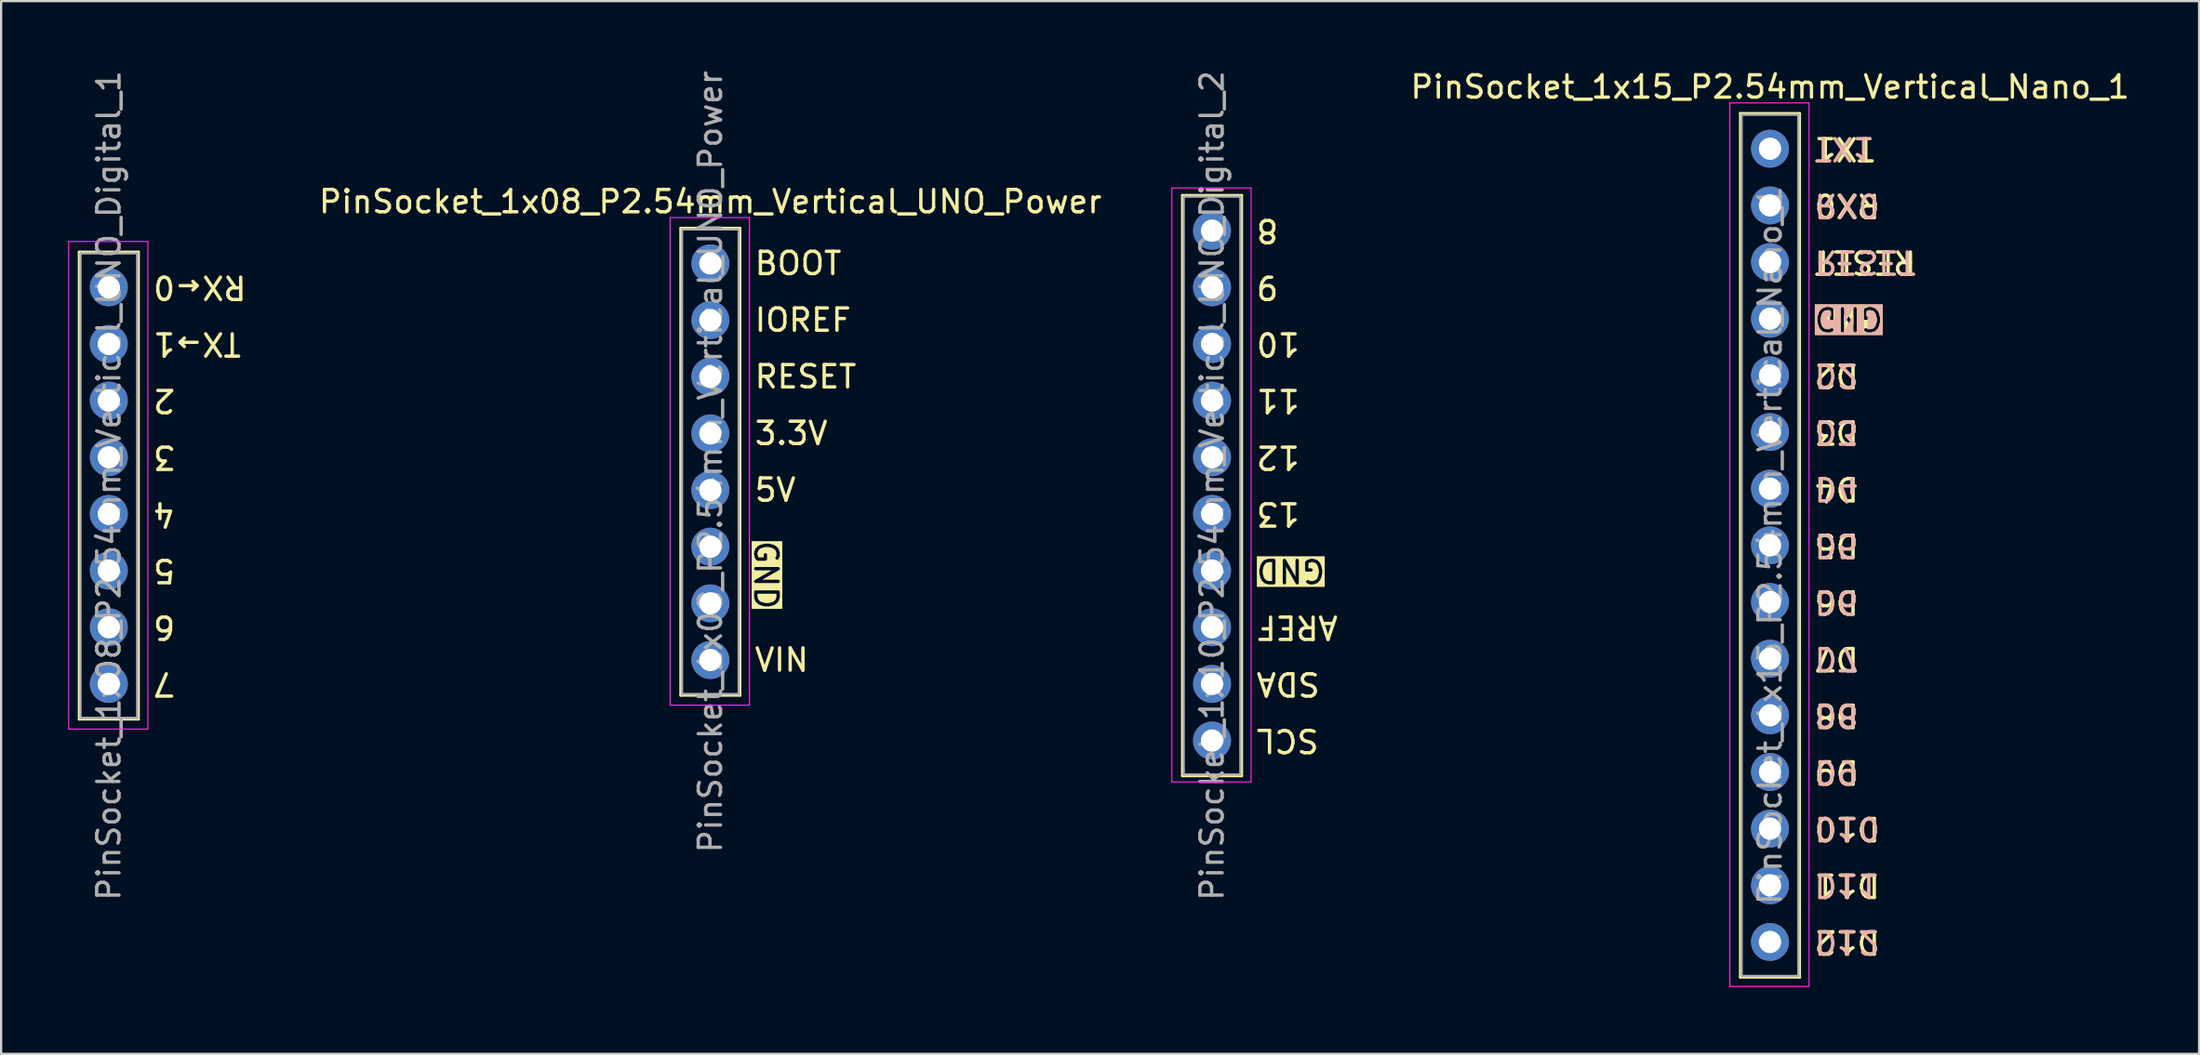
<source format=kicad_pcb>
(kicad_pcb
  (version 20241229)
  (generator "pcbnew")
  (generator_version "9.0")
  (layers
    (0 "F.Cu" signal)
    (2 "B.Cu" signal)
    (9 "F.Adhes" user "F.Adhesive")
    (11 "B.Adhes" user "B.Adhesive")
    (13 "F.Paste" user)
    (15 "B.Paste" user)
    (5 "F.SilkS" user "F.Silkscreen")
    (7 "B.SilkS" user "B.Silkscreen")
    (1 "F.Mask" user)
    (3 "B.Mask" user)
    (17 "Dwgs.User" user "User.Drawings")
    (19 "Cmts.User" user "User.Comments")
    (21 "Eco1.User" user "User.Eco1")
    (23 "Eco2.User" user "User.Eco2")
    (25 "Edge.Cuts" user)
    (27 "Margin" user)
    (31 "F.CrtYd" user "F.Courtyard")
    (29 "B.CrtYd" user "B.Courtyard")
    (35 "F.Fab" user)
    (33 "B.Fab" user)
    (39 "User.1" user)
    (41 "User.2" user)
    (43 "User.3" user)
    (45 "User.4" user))
  (footprint "PinSocket_1x10_P2.54mm_Vertical_UNO_Digital_2"
    (layer "F.Cu")
    (at 51.245 7.29)
    (property "Reference" "PinSocket_1x10_P2.54mm_Vertical_UNO_Digital_2" (at 0 11.43 270) (layer "F.Fab") (effects (font (size 1 1) (thickness 0.15))))
    (attr through_hole)
    (fp_line (start -1.33 -1.584) (end -1.33 24.444) (stroke (width 0.12) (type solid)) (layer "F.SilkS"))
    (fp_line (start -1.33 -1.584) (end 1.33 -1.584) (stroke (width 0.12) (type solid)) (layer "F.SilkS"))
    (fp_line (start -1.33 24.444) (end 1.33 24.444) (stroke (width 0.12) (type solid)) (layer "F.SilkS"))
    (fp_line (start 1.33 -1.584) (end 1.33 24.444) (stroke (width 0.12) (type solid)) (layer "F.SilkS"))
    (fp_line (start -1.8 -1.914) (end 1.75 -1.914) (stroke (width 0.05) (type solid)) (layer "F.CrtYd"))
    (fp_line (start -1.8 24.714) (end -1.8 -1.914) (stroke (width 0.05) (type solid)) (layer "F.CrtYd"))
    (fp_line (start 1.75 -1.914) (end 1.75 24.714) (stroke (width 0.05) (type solid)) (layer "F.CrtYd"))
    (fp_line (start 1.75 24.714) (end -1.8 24.714) (stroke (width 0.05) (type solid)) (layer "F.CrtYd"))
    (fp_line (start -1.27 -1.524) (end 1.27 -1.524) (stroke (width 0.1) (type solid)) (layer "F.Fab"))
    (fp_line (start -1.27 24.384) (end -1.27 -1.524) (stroke (width 0.1) (type solid)) (layer "F.Fab"))
    (fp_line (start 1.27 -1.524) (end 1.27 24.384) (stroke (width 0.1) (type solid)) (layer "F.Fab"))
    (fp_line (start 1.27 24.384) (end -1.27 24.384) (stroke (width 0.1) (type solid)) (layer "F.Fab"))
    (fp_text user "13" (at 1.905 12.7 180) (unlocked yes) (layer "F.SilkS") (effects (font (size 1 1) (thickness 0.15)) (justify right)))
    (fp_text user "SCL" (at 1.905 22.86 180) (unlocked yes) (layer "F.SilkS") (effects (font (size 1 1) (thickness 0.15)) (justify right)))
    (fp_text user "9" (at 1.905 2.54 180) (unlocked yes) (layer "F.SilkS") (effects (font (size 1 1) (thickness 0.15)) (justify right)))
    (fp_text user "GND" (at 1.905 15.24 180) (unlocked yes) (layer "F.SilkS" knockout) (effects (font (size 1 1) (thickness 0.15)) (justify right)))
    (fp_text user "SDA" (at 1.905 20.32 180) (unlocked yes) (layer "F.SilkS") (effects (font (size 1 1) (thickness 0.15)) (justify right)))
    (fp_text user "8" (at 1.905 0 180) (unlocked yes) (layer "F.SilkS") (effects (font (size 1 1) (thickness 0.15)) (justify right)))
    (fp_text user "AREF" (at 1.905 17.78 180) (unlocked yes) (layer "F.SilkS") (effects (font (size 1 1) (thickness 0.15)) (justify right)))
    (fp_text user "10" (at 1.905 5.08 180) (unlocked yes) (layer "F.SilkS") (effects (font (size 1 1) (thickness 0.15)) (justify right)))
    (fp_text user "12" (at 1.905 10.16 180) (unlocked yes) (layer "F.SilkS") (effects (font (size 1 1) (thickness 0.15)) (justify right)))
    (fp_text user "11" (at 1.905 7.62 180) (unlocked yes) (layer "F.SilkS") (effects (font (size 1 1) (thickness 0.15)) (justify right)))
    (pad "1" thru_hole circle (at 0 0) (size 1.7 1.7) (drill 1) (layers "*.Cu" "*.Mask"))
    (pad "2" thru_hole circle (at 0 2.54) (size 1.7 1.7) (drill 1) (layers "*.Cu" "*.Mask"))
    (pad "3" thru_hole circle (at 0 5.08) (size 1.7 1.7) (drill 1) (layers "*.Cu" "*.Mask"))
    (pad "4" thru_hole circle (at 0 7.62) (size 1.7 1.7) (drill 1) (layers "*.Cu" "*.Mask"))
    (pad "5" thru_hole circle (at 0 10.16) (size 1.7 1.7) (drill 1) (layers "*.Cu" "*.Mask"))
    (pad "6" thru_hole circle (at 0 12.7) (size 1.7 1.7) (drill 1) (layers "*.Cu" "*.Mask"))
    (pad "7" thru_hole circle (at 0 15.24) (size 1.7 1.7) (drill 1) (layers "*.Cu" "*.Mask"))
    (pad "8" thru_hole circle (at 0 17.78) (size 1.7 1.7) (drill 1) (layers "*.Cu" "*.Mask"))
    (pad "9" thru_hole circle (at 0 20.32) (size 1.7 1.7) (drill 1) (layers "*.Cu" "*.Mask"))
    (pad "10" thru_hole circle (at 0 22.86) (size 1.7 1.7) (drill 1) (layers "*.Cu" "*.Mask")))
  (footprint "PinSocket_1x08_P2.54mm_Vertical_UNO_Power"
    (layer "F.Cu")
    (at 28.772 8.759)
    (property "Reference" "PinSocket_1x08_P2.54mm_Vertical_UNO_Power" (at 0 -2.77 0) (layer "F.SilkS") (effects (font (size 1 1) (thickness 0.15))))
    (attr through_hole)
    (fp_line (start -1.33 -1.584) (end -1.33 19.364) (stroke (width 0.12) (type solid)) (layer "F.SilkS"))
    (fp_line (start -1.33 -1.584) (end 1.33 -1.584) (stroke (width 0.12) (type solid)) (layer "F.SilkS"))
    (fp_line (start -1.33 19.364) (end 1.33 19.364) (stroke (width 0.12) (type solid)) (layer "F.SilkS"))
    (fp_line (start 1.33 -1.584) (end 1.33 19.364) (stroke (width 0.12) (type solid)) (layer "F.SilkS"))
    (fp_line (start -1.8 -2.054) (end 1.75 -2.054) (stroke (width 0.05) (type solid)) (layer "F.CrtYd"))
    (fp_line (start -1.8 19.804) (end -1.8 -2.054) (stroke (width 0.05) (type solid)) (layer "F.CrtYd"))
    (fp_line (start 1.75 -2.054) (end 1.75 19.804) (stroke (width 0.05) (type solid)) (layer "F.CrtYd"))
    (fp_line (start 1.75 19.804) (end -1.8 19.804) (stroke (width 0.05) (type solid)) (layer "F.CrtYd"))
    (fp_line (start -1.27 -1.524) (end 1.27 -1.524) (stroke (width 0.1) (type solid)) (layer "F.Fab"))
    (fp_line (start -1.27 19.304) (end -1.27 -1.524) (stroke (width 0.1) (type solid)) (layer "F.Fab"))
    (fp_line (start 1.27 -1.524) (end 1.27 19.304) (stroke (width 0.1) (type solid)) (layer "F.Fab"))
    (fp_line (start 1.27 19.304) (end -1.27 19.304) (stroke (width 0.1) (type solid)) (layer "F.Fab"))
    (fp_text user "5V" (at 1.905 10.16 0) (unlocked yes) (layer "F.SilkS") (effects (font (size 1 1) (thickness 0.15)) (justify left)))
    (fp_text user "BOOT" (at 1.905 0 0) (unlocked yes) (layer "F.SilkS") (effects (font (size 1 1) (thickness 0.15)) (justify left)))
    (fp_text user "3.3V" (at 1.905 7.62 0) (unlocked yes) (layer "F.SilkS") (effects (font (size 1 1) (thickness 0.15)) (justify left)))
    (fp_text user "IOREF" (at 1.905 2.54 0) (unlocked yes) (layer "F.SilkS") (effects (font (size 1 1) (thickness 0.15)) (justify left)))
    (fp_text user "VIN" (at 1.905 17.78 0) (unlocked yes) (layer "F.SilkS") (effects (font (size 1 1) (thickness 0.15)) (justify left)))
    (fp_text user "RESET" (at 1.905 5.08 0) (unlocked yes) (layer "F.SilkS") (effects (font (size 1 1) (thickness 0.15)) (justify left)))
    (fp_text user "GND" (at 1.905 13.97 270) (unlocked yes) (layer "F.SilkS" knockout) (effects (font (size 1 1) (thickness 0.15)) (justify bottom)))
    (fp_text user "${REFERENCE}" (at 0 8.89 270) (layer "F.Fab") (effects (font (size 1 1) (thickness 0.15))))
    (pad "1" thru_hole circle (at 0 0) (size 1.7 1.7) (drill 1) (layers "*.Cu" "*.Mask"))
    (pad "2" thru_hole circle (at 0 2.54) (size 1.7 1.7) (drill 1) (layers "*.Cu" "*.Mask"))
    (pad "3" thru_hole circle (at 0 5.08) (size 1.7 1.7) (drill 1) (layers "*.Cu" "*.Mask"))
    (pad "4" thru_hole circle (at 0 7.62) (size 1.7 1.7) (drill 1) (layers "*.Cu" "*.Mask"))
    (pad "5" thru_hole circle (at 0 10.16) (size 1.7 1.7) (drill 1) (layers "*.Cu" "*.Mask"))
    (pad "6" thru_hole circle (at 0 12.7) (size 1.7 1.7) (drill 1) (layers "*.Cu" "*.Mask"))
    (pad "7" thru_hole circle (at 0 15.24) (size 1.7 1.7) (drill 1) (layers "*.Cu" "*.Mask"))
    (pad "8" thru_hole circle (at 0 17.78) (size 1.7 1.7) (drill 1) (layers "*.Cu" "*.Mask")))
  (footprint "PinSocket_1x08_P2.54mm_Vertical_UNO_Digital_1"
    (layer "F.Cu")
    (at 1.825 9.83)
    (property "Reference" "PinSocket_1x08_P2.54mm_Vertical_UNO_Digital_1" (at 0 8.89 270) (layer "F.Fab") (effects (font (size 1 1) (thickness 0.15))))
    (attr through_hole)
    (fp_line (start -1.33 -1.584) (end -1.33 19.364) (stroke (width 0.12) (type solid)) (layer "F.SilkS"))
    (fp_line (start -1.33 -1.584) (end 1.33 -1.584) (stroke (width 0.12) (type solid)) (layer "F.SilkS"))
    (fp_line (start -1.33 19.364) (end 1.33 19.364) (stroke (width 0.12) (type solid)) (layer "F.SilkS"))
    (fp_line (start 1.33 -1.584) (end 1.33 19.364) (stroke (width 0.12) (type solid)) (layer "F.SilkS"))
    (fp_line (start -1.8 -2.054) (end 1.75 -2.054) (stroke (width 0.05) (type solid)) (layer "F.CrtYd"))
    (fp_line (start -1.8 19.804) (end -1.8 -2.054) (stroke (width 0.05) (type solid)) (layer "F.CrtYd"))
    (fp_line (start 1.75 -2.054) (end 1.75 19.804) (stroke (width 0.05) (type solid)) (layer "F.CrtYd"))
    (fp_line (start 1.75 19.804) (end -1.8 19.804) (stroke (width 0.05) (type solid)) (layer "F.CrtYd"))
    (fp_line (start -1.27 -1.524) (end 1.27 -1.524) (stroke (width 0.1) (type solid)) (layer "F.Fab"))
    (fp_line (start -1.27 19.304) (end -1.27 -1.524) (stroke (width 0.1) (type solid)) (layer "F.Fab"))
    (fp_line (start 1.27 -1.524) (end 1.27 19.304) (stroke (width 0.1) (type solid)) (layer "F.Fab"))
    (fp_line (start 1.27 19.304) (end -1.27 19.304) (stroke (width 0.1) (type solid)) (layer "F.Fab"))
    (fp_text user "2" (at 1.905 5.08 180) (unlocked yes) (layer "F.SilkS") (effects (font (size 1 1) (thickness 0.15)) (justify right)))
    (fp_text user "TX→1" (at 1.905 2.54 180) (unlocked yes) (layer "F.SilkS") (effects (font (size 1 1) (thickness 0.15)) (justify right)))
    (fp_text user "3" (at 1.905 7.62 180) (unlocked yes) (layer "F.SilkS") (effects (font (size 1 1) (thickness 0.15)) (justify right)))
    (fp_text user "5" (at 1.905 12.7 180) (unlocked yes) (layer "F.SilkS") (effects (font (size 1 1) (thickness 0.15)) (justify right)))
    (fp_text user "7" (at 1.905 17.78 180) (unlocked yes) (layer "F.SilkS") (effects (font (size 1 1) (thickness 0.15)) (justify right)))
    (fp_text user "4" (at 1.905 10.16 180) (unlocked yes) (layer "F.SilkS") (effects (font (size 1 1) (thickness 0.15)) (justify right)))
    (fp_text user "RX←0" (at 1.905 0 180) (unlocked yes) (layer "F.SilkS") (effects (font (size 1 1) (thickness 0.15)) (justify right)))
    (fp_text user "6" (at 1.905 15.24 180) (unlocked yes) (layer "F.SilkS") (effects (font (size 1 1) (thickness 0.15)) (justify right)))
    (pad "1" thru_hole circle (at 0 0) (size 1.7 1.7) (drill 1) (layers "*.Cu" "*.Mask"))
    (pad "2" thru_hole circle (at 0 2.54) (size 1.7 1.7) (drill 1) (layers "*.Cu" "*.Mask"))
    (pad "3" thru_hole circle (at 0 5.08) (size 1.7 1.7) (drill 1) (layers "*.Cu" "*.Mask"))
    (pad "4" thru_hole circle (at 0 7.62) (size 1.7 1.7) (drill 1) (layers "*.Cu" "*.Mask"))
    (pad "5" thru_hole circle (at 0 10.16) (size 1.7 1.7) (drill 1) (layers "*.Cu" "*.Mask"))
    (pad "6" thru_hole circle (at 0 12.7) (size 1.7 1.7) (drill 1) (layers "*.Cu" "*.Mask"))
    (pad "7" thru_hole circle (at 0 15.24) (size 1.7 1.7) (drill 1) (layers "*.Cu" "*.Mask"))
    (pad "8" thru_hole circle (at 0 17.78) (size 1.7 1.7) (drill 1) (layers "*.Cu" "*.Mask")))
  (footprint "PinSocket_1x15_P2.54mm_Vertical_Nano_1"
    (layer "F.Cu")
    (at 76.24 3.618)
    (property "Reference" "PinSocket_1x15_P2.54mm_Vertical_Nano_1" (at 0 -2.77 180) (layer "F.SilkS") (effects (font (size 1 1) (thickness 0.15))))
    (attr through_hole)
    (fp_line (start -1.33 -1.584) (end -1.33 37.144) (stroke (width 0.12) (type solid)) (layer "F.SilkS"))
    (fp_line (start -1.33 -1.584) (end 1.33 -1.584) (stroke (width 0.12) (type solid)) (layer "F.SilkS"))
    (fp_line (start -1.33 37.144) (end 1.33 37.144) (stroke (width 0.12) (type solid)) (layer "F.SilkS"))
    (fp_line (start 1.33 -1.584) (end 1.33 37.144) (stroke (width 0.12) (type solid)) (layer "F.SilkS"))
    (fp_line (start -1.8 -2.054) (end 1.75 -2.054) (stroke (width 0.05) (type solid)) (layer "F.CrtYd"))
    (fp_line (start -1.8 37.554) (end -1.8 -2.054) (stroke (width 0.05) (type solid)) (layer "F.CrtYd"))
    (fp_line (start 1.75 -2.054) (end 1.75 37.554) (stroke (width 0.05) (type solid)) (layer "F.CrtYd"))
    (fp_line (start 1.75 37.554) (end -1.8 37.554) (stroke (width 0.05) (type solid)) (layer "F.CrtYd"))
    (fp_line (start -1.27 -1.524) (end 1.27 -1.524) (stroke (width 0.1) (type solid)) (layer "F.Fab"))
    (fp_line (start -1.27 37.084) (end -1.27 -1.524) (stroke (width 0.1) (type solid)) (layer "F.Fab"))
    (fp_line (start 1.27 -1.524) (end 1.27 37.084) (stroke (width 0.1) (type solid)) (layer "F.Fab"))
    (fp_line (start 1.27 37.084) (end -1.27 37.084) (stroke (width 0.1) (type solid)) (layer "F.Fab"))
    (fp_text user "D4" (at 1.905 15.24 180) (unlocked yes) (layer "F.SilkS") (effects (font (size 1 1) (thickness 0.15)) (justify right)))
    (fp_text user "D11" (at 1.905 33.02 180) (unlocked yes) (layer "F.SilkS") (effects (font (size 1 1) (thickness 0.15)) (justify right)))
    (fp_text user "TX1" (at 1.905 0 180) (unlocked yes) (layer "F.SilkS") (effects (font (size 1 1) (thickness 0.15)) (justify right)))
    (fp_text user "D5" (at 1.905 17.78 180) (unlocked yes) (layer "F.SilkS") (effects (font (size 1 1) (thickness 0.15)) (justify right)))
    (fp_text user "D10" (at 1.905 30.48 180) (unlocked yes) (layer "F.SilkS") (effects (font (size 1 1) (thickness 0.15)) (justify right)))
    (fp_text user "D3" (at 1.905 12.7 180) (unlocked yes) (layer "F.SilkS") (effects (font (size 1 1) (thickness 0.15)) (justify right)))
    (fp_text user "D2" (at 1.905 10.16 180) (unlocked yes) (layer "F.SilkS") (effects (font (size 1 1) (thickness 0.15)) (justify right)))
    (fp_text user "D9" (at 1.905 27.94 180) (unlocked yes) (layer "F.SilkS") (effects (font (size 1 1) (thickness 0.15)) (justify right)))
    (fp_text user "GND" (at 1.905 7.62 180) (unlocked yes) (layer "F.SilkS" knockout) (effects (font (size 1 1) (thickness 0.15)) (justify right)))
    (fp_text user "D6" (at 1.905 20.32 180) (unlocked yes) (layer "F.SilkS") (effects (font (size 1 1) (thickness 0.15)) (justify right)))
    (fp_text user "D8" (at 1.905 25.4 180) (unlocked yes) (layer "F.SilkS") (effects (font (size 1 1) (thickness 0.15)) (justify right)))
    (fp_text user "RESET" (at 1.905 5.08 180) (unlocked yes) (layer "F.SilkS") (effects (font (size 1 1) (thickness 0.15)) (justify right)))
    (fp_text user "D12" (at 1.905 35.56 180) (unlocked yes) (layer "F.SilkS") (effects (font (size 1 1) (thickness 0.15)) (justify right)))
    (fp_text user "D7" (at 1.905 22.86 180) (unlocked yes) (layer "F.SilkS") (effects (font (size 1 1) (thickness 0.15)) (justify right)))
    (fp_text user "RX0" (at 1.905 2.54 180) (unlocked yes) (layer "F.SilkS") (effects (font (size 1 1) (thickness 0.15)) (justify right)))
    (fp_text user "TX1" (at 1.905 0 180) (unlocked yes) (layer "B.SilkS") (effects (font (size 1 1) (thickness 0.15)) (justify left mirror)))
    (fp_text user "D8" (at 1.905 25.4 180) (unlocked yes) (layer "B.SilkS") (effects (font (size 1 1) (thickness 0.15)) (justify left mirror)))
    (fp_text user "D9" (at 1.905 27.94 180) (unlocked yes) (layer "B.SilkS") (effects (font (size 1 1) (thickness 0.15)) (justify left mirror)))
    (fp_text user "GND" (at 1.905 7.62 180) (unlocked yes) (layer "B.SilkS" knockout) (effects (font (size 1 1) (thickness 0.15)) (justify left mirror)))
    (fp_text user "D5" (at 1.905 17.78 180) (unlocked yes) (layer "B.SilkS") (effects (font (size 1 1) (thickness 0.15)) (justify left mirror)))
    (fp_text user "D4" (at 1.905 15.24 180) (unlocked yes) (layer "B.SilkS") (effects (font (size 1 1) (thickness 0.15)) (justify left mirror)))
    (fp_text user "D7" (at 1.905 22.86 180) (unlocked yes) (layer "B.SilkS") (effects (font (size 1 1) (thickness 0.15)) (justify left mirror)))
    (fp_text user "RX0" (at 1.905 2.54 180) (unlocked yes) (layer "B.SilkS") (effects (font (size 1 1) (thickness 0.15)) (justify left mirror)))
    (fp_text user "D12" (at 1.905 35.56 180) (unlocked yes) (layer "B.SilkS") (effects (font (size 1 1) (thickness 0.15)) (justify left mirror)))
    (fp_text user "D3" (at 1.905 12.7 180) (unlocked yes) (layer "B.SilkS") (effects (font (size 1 1) (thickness 0.15)) (justify left mirror)))
    (fp_text user "D6" (at 1.905 20.32 180) (unlocked yes) (layer "B.SilkS") (effects (font (size 1 1) (thickness 0.15)) (justify left mirror)))
    (fp_text user "RESET" (at 1.905 5.08 180) (unlocked yes) (layer "B.SilkS") (effects (font (size 1 1) (thickness 0.15)) (justify left mirror)))
    (fp_text user "D2" (at 1.905 10.16 180) (unlocked yes) (layer "B.SilkS") (effects (font (size 1 1) (thickness 0.15)) (justify left mirror)))
    (fp_text user "D10" (at 1.905 30.48 180) (unlocked yes) (layer "B.SilkS") (effects (font (size 1 1) (thickness 0.15)) (justify left mirror)))
    (fp_text user "D11" (at 1.897 33.023 180) (unlocked yes) (layer "B.SilkS") (effects (font (size 1 1) (thickness 0.15)) (justify left mirror)))
    (fp_text user "${REFERENCE}" (at 0 17.78 90) (layer "F.Fab") (effects (font (size 1 1) (thickness 0.15))))
    (pad "1" thru_hole circle (at 0 0) (size 1.7 1.7) (drill 1) (layers "*.Cu" "*.Mask"))
    (pad "2" thru_hole circle (at 0 2.54) (size 1.7 1.7) (drill 1) (layers "*.Cu" "*.Mask"))
    (pad "3" thru_hole circle (at 0 5.08) (size 1.7 1.7) (drill 1) (layers "*.Cu" "*.Mask"))
    (pad "4" thru_hole circle (at 0 7.62) (size 1.7 1.7) (drill 1) (layers "*.Cu" "*.Mask"))
    (pad "5" thru_hole circle (at 0 10.16) (size 1.7 1.7) (drill 1) (layers "*.Cu" "*.Mask"))
    (pad "6" thru_hole circle (at 0 12.7) (size 1.7 1.7) (drill 1) (layers "*.Cu" "*.Mask"))
    (pad "7" thru_hole circle (at 0 15.24) (size 1.7 1.7) (drill 1) (layers "*.Cu" "*.Mask"))
    (pad "8" thru_hole circle (at 0 17.78) (size 1.7 1.7) (drill 1) (layers "*.Cu" "*.Mask"))
    (pad "9" thru_hole circle (at 0 20.32) (size 1.7 1.7) (drill 1) (layers "*.Cu" "*.Mask"))
    (pad "10" thru_hole circle (at 0 22.86) (size 1.7 1.7) (drill 1) (layers "*.Cu" "*.Mask"))
    (pad "11" thru_hole circle (at 0 25.4) (size 1.7 1.7) (drill 1) (layers "*.Cu" "*.Mask"))
    (pad "12" thru_hole circle (at 0 27.94) (size 1.7 1.7) (drill 1) (layers "*.Cu" "*.Mask"))
    (pad "13" thru_hole circle (at 0 30.48) (size 1.7 1.7) (drill 1) (layers "*.Cu" "*.Mask"))
    (pad "14" thru_hole circle (at 0 33.02) (size 1.7 1.7) (drill 1) (layers "*.Cu" "*.Mask"))
    (pad "15" thru_hole circle (at 0 35.56) (size 1.7 1.7) (drill 1) (layers "*.Cu" "*.Mask")))
  (gr_rect
    (start -3 -3)
    (end 95.46 44.197)
    (stroke (width 0.1) (type default))
    (fill no)
    (layer "Edge.Cuts")))
</source>
